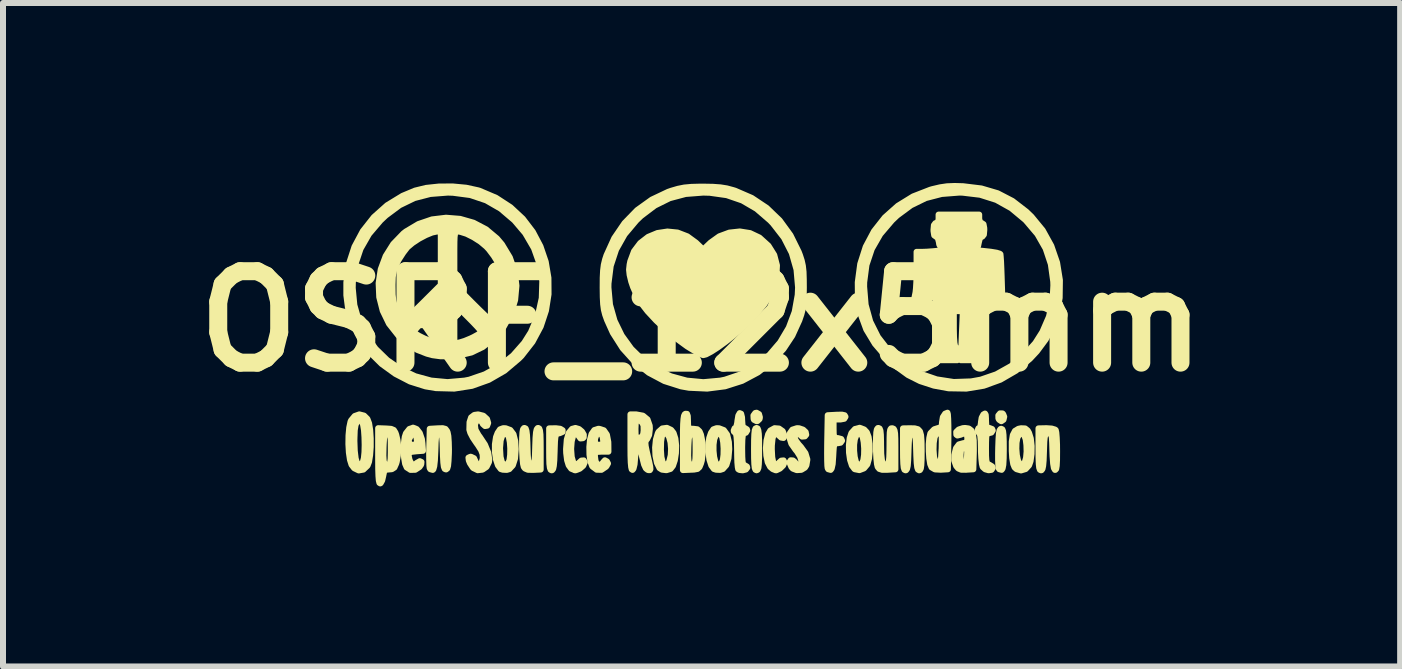
<source format=kicad_pcb>
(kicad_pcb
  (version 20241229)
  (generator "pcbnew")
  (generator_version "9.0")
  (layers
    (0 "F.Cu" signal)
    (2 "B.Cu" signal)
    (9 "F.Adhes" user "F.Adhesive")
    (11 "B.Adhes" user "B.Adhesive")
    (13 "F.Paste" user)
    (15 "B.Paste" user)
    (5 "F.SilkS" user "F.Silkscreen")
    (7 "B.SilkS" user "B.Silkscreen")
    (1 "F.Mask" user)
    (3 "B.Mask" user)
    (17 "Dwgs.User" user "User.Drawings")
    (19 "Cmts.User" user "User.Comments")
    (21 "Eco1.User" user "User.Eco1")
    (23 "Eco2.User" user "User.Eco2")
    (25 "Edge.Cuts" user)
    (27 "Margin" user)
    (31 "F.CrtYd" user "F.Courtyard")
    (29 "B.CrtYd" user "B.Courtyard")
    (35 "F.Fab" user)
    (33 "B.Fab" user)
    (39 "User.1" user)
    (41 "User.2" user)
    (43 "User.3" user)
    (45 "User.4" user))
  (footprint "OSRF_12x5mm"
    (layer "F.Cu")
    (at 8.643 2.305)
    (property "Reference" "OSRF_12x5mm" (at 0 0 0) (layer "F.SilkS") (effects (font (size 1.524 1.524) (thickness 0.3))))
    (attr through_hole)
    (fp_poly (pts (xy 0.973 1.601) (xy 0.967 1.63) (xy 0.932 1.663) (xy 0.918 1.665) (xy 0.875 1.643) (xy 0.868 1.63) (xy 0.865 1.57) (xy 0.895 1.529) (xy 0.917 1.524) (xy 0.958 1.547) (xy 0.973 1.601)) (stroke (width 0.1) (type solid)) (fill yes) (layer "F.SilkS"))
    (fp_poly (pts (xy 5.045 1.591) (xy 5.033 1.641) (xy 4.998 1.665) (xy 4.995 1.665) (xy 4.96 1.642) (xy 4.948 1.621) (xy 4.947 1.569) (xy 4.975 1.535) (xy 5.016 1.536) (xy 5.027 1.545) (xy 5.045 1.591)) (stroke (width 0.1) (type solid)) (fill yes) (layer "F.SilkS"))
    (fp_poly (pts (xy 5.038 2.128) (xy 5.036 2.285) (xy 5.03 2.392) (xy 5.018 2.454) (xy 5.002 2.476) (xy 4.963 2.466) (xy 4.952 2.449) (xy 4.947 2.406) (xy 4.943 2.32) (xy 4.943 2.204) (xy 4.945 2.101) (xy 4.95 1.962) (xy 4.957 1.87) (xy 4.968 1.817) (xy 4.984 1.795) (xy 4.995 1.792) (xy 5.014 1.801) (xy 5.026 1.832) (xy 5.033 1.895) (xy 5.037 1.998) (xy 5.038 2.128)) (stroke (width 0.1) (type solid)) (fill yes) (layer "F.SilkS"))
    (fp_poly (pts (xy -2.315 1.816) (xy -2.316 1.844) (xy -2.363 1.865) (xy -2.378 1.868) (xy -2.406 1.875) (xy -2.425 1.893) (xy -2.436 1.932) (xy -2.443 2.004) (xy -2.447 2.117) (xy -2.449 2.18) (xy -2.454 2.319) (xy -2.462 2.409) (xy -2.473 2.461) (xy -2.49 2.482) (xy -2.499 2.484) (xy -2.516 2.475) (xy -2.528 2.442) (xy -2.536 2.377) (xy -2.539 2.272) (xy -2.54 2.134) (xy -2.54 1.785) (xy -2.427 1.783) (xy -2.354 1.792) (xy -2.315 1.816)) (stroke (width 0.1) (type solid)) (fill yes) (layer "F.SilkS"))
    (fp_poly (pts (xy 0.96 2.131) (xy 0.959 2.28) (xy 0.955 2.382) (xy 0.948 2.444) (xy 0.935 2.475) (xy 0.918 2.484) (xy 0.917 2.484) (xy 0.899 2.475) (xy 0.887 2.445) (xy 0.88 2.383) (xy 0.876 2.282) (xy 0.875 2.134) (xy 0.875 2.131) (xy 0.876 1.981) (xy 0.88 1.88) (xy 0.887 1.818) (xy 0.899 1.787) (xy 0.917 1.778) (xy 0.917 1.778) (xy 0.935 1.786) (xy 0.947 1.817) (xy 0.955 1.878) (xy 0.959 1.979) (xy 0.96 2.128) (xy 0.96 2.131)) (stroke (width 0.1) (type solid)) (fill yes) (layer "F.SilkS"))
    (fp_poly (pts (xy 1.383 2.352) (xy 1.36 2.404) (xy 1.307 2.455) (xy 1.248 2.483) (xy 1.237 2.484) (xy 1.187 2.464) (xy 1.143 2.427) (xy 1.103 2.35) (xy 1.08 2.239) (xy 1.073 2.112) (xy 1.083 1.987) (xy 1.11 1.882) (xy 1.146 1.821) (xy 1.217 1.782) (xy 1.292 1.788) (xy 1.353 1.831) (xy 1.382 1.904) (xy 1.383 1.917) (xy 1.366 1.945) (xy 1.326 1.938) (xy 1.282 1.898) (xy 1.24 1.864) (xy 1.207 1.883) (xy 1.184 1.952) (xy 1.172 2.068) (xy 1.171 2.131) (xy 1.178 2.266) (xy 1.196 2.355) (xy 1.225 2.396) (xy 1.263 2.385) (xy 1.282 2.364) (xy 1.328 2.323) (xy 1.367 2.319) (xy 1.383 2.352)) (stroke (width 0.1) (type solid)) (fill yes) (layer "F.SilkS"))
    (fp_poly (pts (xy 2.399 1.593) (xy 2.379 1.625) (xy 2.315 1.637) (xy 2.3 1.637) (xy 2.201 1.637) (xy 2.201 1.792) (xy 2.203 1.881) (xy 2.213 1.927) (xy 2.237 1.945) (xy 2.272 1.947) (xy 2.329 1.962) (xy 2.342 1.99) (xy 2.318 2.024) (xy 2.273 2.032) (xy 2.238 2.035) (xy 2.217 2.052) (xy 2.205 2.094) (xy 2.199 2.174) (xy 2.195 2.248) (xy 2.186 2.378) (xy 2.169 2.454) (xy 2.152 2.477) (xy 2.112 2.466) (xy 2.102 2.449) (xy 2.097 2.409) (xy 2.094 2.322) (xy 2.093 2.202) (xy 2.094 2.058) (xy 2.095 1.988) (xy 2.103 1.566) (xy 2.251 1.558) (xy 2.34 1.556) (xy 2.385 1.566) (xy 2.399 1.59) (xy 2.399 1.593)) (stroke (width 0.1) (type solid)) (fill yes) (layer "F.SilkS"))
    (fp_poly (pts (xy -1.947 2.352) (xy -1.971 2.407) (xy -2.029 2.457) (xy -2.098 2.483) (xy -2.111 2.484) (xy -2.173 2.457) (xy -2.215 2.4) (xy -2.241 2.316) (xy -2.256 2.196) (xy -2.258 2.131) (xy -2.246 1.972) (xy -2.213 1.858) (xy -2.158 1.793) (xy -2.102 1.778) (xy -2.042 1.796) (xy -1.992 1.838) (xy -1.962 1.89) (xy -1.964 1.936) (xy -1.978 1.949) (xy -2.018 1.953) (xy -2.043 1.918) (xy -2.079 1.869) (xy -2.113 1.871) (xy -2.142 1.917) (xy -2.164 2.001) (xy -2.173 2.118) (xy -2.173 2.138) (xy -2.164 2.26) (xy -2.14 2.344) (xy -2.131 2.358) (xy -2.096 2.396) (xy -2.071 2.388) (xy -2.05 2.364) (xy -2.003 2.322) (xy -1.963 2.319) (xy -1.947 2.352)) (stroke (width 0.1) (type solid)) (fill yes) (layer "F.SilkS"))
    (fp_poly (pts (xy -3.097 2.131) (xy -3.109 2.289) (xy -3.145 2.401) (xy -3.188 2.447) (xy -3.188 2.122) (xy -3.195 2.018) (xy -3.211 1.933) (xy -3.234 1.888) (xy -3.283 1.872) (xy -3.322 1.906) (xy -3.348 1.986) (xy -3.358 2.107) (xy -3.358 2.124) (xy -3.35 2.259) (xy -3.327 2.349) (xy -3.291 2.391) (xy -3.243 2.382) (xy -3.223 2.365) (xy -3.201 2.314) (xy -3.19 2.226) (xy -3.188 2.122) (xy -3.188 2.447) (xy -3.203 2.464) (xy -3.246 2.477) (xy -3.312 2.474) (xy -3.347 2.463) (xy -3.394 2.401) (xy -3.427 2.301) (xy -3.444 2.178) (xy -3.444 2.05) (xy -3.426 1.931) (xy -3.399 1.86) (xy -3.359 1.801) (xy -3.307 1.782) (xy -3.265 1.783) (xy -3.187 1.812) (xy -3.134 1.882) (xy -3.105 1.998) (xy -3.097 2.131)) (stroke (width 0.1) (type solid)) (fill yes) (layer "F.SilkS"))
    (fp_poly (pts (xy -0.423 2.072) (xy -0.427 2.198) (xy -0.445 2.316) (xy -0.476 2.409) (xy -0.508 2.45) (xy -0.508 2.125) (xy -0.517 2.02) (xy -0.54 1.932) (xy -0.574 1.876) (xy -0.603 1.863) (xy -0.639 1.876) (xy -0.661 1.92) (xy -0.674 2.005) (xy -0.677 2.137) (xy -0.677 2.142) (xy -0.669 2.262) (xy -0.648 2.348) (xy -0.618 2.396) (xy -0.583 2.399) (xy -0.547 2.353) (xy -0.536 2.326) (xy -0.513 2.232) (xy -0.508 2.125) (xy -0.508 2.45) (xy -0.517 2.461) (xy -0.586 2.482) (xy -0.66 2.473) (xy -0.701 2.447) (xy -0.743 2.361) (xy -0.768 2.241) (xy -0.774 2.105) (xy -0.761 1.974) (xy -0.729 1.866) (xy -0.716 1.841) (xy -0.654 1.786) (xy -0.578 1.776) (xy -0.506 1.81) (xy -0.466 1.861) (xy -0.436 1.955) (xy -0.423 2.072)) (stroke (width 0.1) (type solid)) (fill yes) (layer "F.SilkS"))
    (fp_poly (pts (xy 1.764 2.304) (xy 1.748 2.4) (xy 1.724 2.439) (xy 1.663 2.476) (xy 1.587 2.481) (xy 1.521 2.456) (xy 1.497 2.429) (xy 1.473 2.372) (xy 1.468 2.344) (xy 1.486 2.317) (xy 1.525 2.32) (xy 1.559 2.349) (xy 1.562 2.357) (xy 1.6 2.394) (xy 1.622 2.399) (xy 1.66 2.379) (xy 1.665 2.326) (xy 1.642 2.253) (xy 1.591 2.171) (xy 1.566 2.141) (xy 1.497 2.042) (xy 1.467 1.946) (xy 1.473 1.864) (xy 1.514 1.806) (xy 1.589 1.782) (xy 1.625 1.783) (xy 1.693 1.806) (xy 1.736 1.846) (xy 1.745 1.891) (xy 1.723 1.918) (xy 1.675 1.922) (xy 1.65 1.899) (xy 1.607 1.871) (xy 1.568 1.89) (xy 1.552 1.941) (xy 1.571 1.986) (xy 1.619 2.052) (xy 1.657 2.094) (xy 1.732 2.198) (xy 1.764 2.304)) (stroke (width 0.1) (type solid)) (fill yes) (layer "F.SilkS"))
    (fp_poly (pts (xy 0.462 2.131) (xy 0.449 2.285) (xy 0.414 2.397) (xy 0.368 2.448) (xy 0.368 2.122) (xy 0.361 2.018) (xy 0.345 1.933) (xy 0.322 1.888) (xy 0.281 1.867) (xy 0.247 1.891) (xy 0.237 1.904) (xy 0.212 1.966) (xy 0.2 2.056) (xy 0.2 2.159) (xy 0.21 2.259) (xy 0.23 2.341) (xy 0.258 2.391) (xy 0.276 2.399) (xy 0.314 2.381) (xy 0.333 2.365) (xy 0.355 2.314) (xy 0.366 2.226) (xy 0.368 2.122) (xy 0.368 2.448) (xy 0.356 2.462) (xy 0.31 2.477) (xy 0.243 2.474) (xy 0.206 2.462) (xy 0.163 2.405) (xy 0.132 2.309) (xy 0.115 2.189) (xy 0.113 2.063) (xy 0.128 1.945) (xy 0.157 1.86) (xy 0.197 1.801) (xy 0.249 1.782) (xy 0.291 1.783) (xy 0.372 1.814) (xy 0.427 1.89) (xy 0.456 2.013) (xy 0.462 2.131)) (stroke (width 0.1) (type solid)) (fill yes) (layer "F.SilkS"))
    (fp_poly (pts (xy 5.926 2.168) (xy 5.925 2.313) (xy 5.92 2.408) (xy 5.911 2.461) (xy 5.896 2.477) (xy 5.891 2.477) (xy 5.873 2.448) (xy 5.86 2.373) (xy 5.851 2.248) (xy 5.848 2.162) (xy 5.844 2.028) (xy 5.839 1.942) (xy 5.83 1.892) (xy 5.816 1.87) (xy 5.793 1.866) (xy 5.778 1.868) (xy 5.75 1.875) (xy 5.731 1.894) (xy 5.72 1.934) (xy 5.713 2.006) (xy 5.709 2.121) (xy 5.707 2.18) (xy 5.702 2.319) (xy 5.694 2.409) (xy 5.683 2.461) (xy 5.667 2.482) (xy 5.658 2.484) (xy 5.64 2.475) (xy 5.628 2.442) (xy 5.621 2.377) (xy 5.617 2.272) (xy 5.616 2.134) (xy 5.616 1.785) (xy 5.749 1.782) (xy 5.837 1.788) (xy 5.894 1.805) (xy 5.904 1.814) (xy 5.913 1.855) (xy 5.92 1.939) (xy 5.925 2.054) (xy 5.926 2.168)) (stroke (width 0.1) (type solid)) (fill yes) (layer "F.SilkS"))
    (fp_poly (pts (xy -2.681 2.471) (xy -2.807 2.477) (xy -2.894 2.475) (xy -2.943 2.454) (xy -2.963 2.428) (xy -2.975 2.378) (xy -2.984 2.287) (xy -2.99 2.168) (xy -2.992 2.076) (xy -2.99 1.94) (xy -2.985 1.851) (xy -2.976 1.801) (xy -2.96 1.78) (xy -2.95 1.778) (xy -2.931 1.788) (xy -2.918 1.826) (xy -2.909 1.898) (xy -2.903 2.015) (xy -2.901 2.081) (xy -2.897 2.216) (xy -2.891 2.303) (xy -2.881 2.354) (xy -2.866 2.378) (xy -2.844 2.385) (xy -2.836 2.385) (xy -2.811 2.381) (xy -2.794 2.362) (xy -2.784 2.32) (xy -2.777 2.243) (xy -2.773 2.122) (xy -2.772 2.081) (xy -2.767 1.943) (xy -2.759 1.852) (xy -2.748 1.801) (xy -2.732 1.78) (xy -2.722 1.778) (xy -2.705 1.787) (xy -2.693 1.82) (xy -2.685 1.885) (xy -2.682 1.99) (xy -2.681 2.125) (xy -2.681 2.471)) (stroke (width 0.1) (type solid)) (fill yes) (layer "F.SilkS"))
    (fp_poly (pts (xy 2.803 2.17) (xy 2.791 2.29) (xy 2.765 2.382) (xy 2.764 2.385) (xy 2.711 2.448) (xy 2.711 2.122) (xy 2.703 2.018) (xy 2.687 1.933) (xy 2.664 1.888) (xy 2.624 1.867) (xy 2.59 1.891) (xy 2.579 1.904) (xy 2.555 1.966) (xy 2.543 2.056) (xy 2.543 2.159) (xy 2.553 2.259) (xy 2.573 2.341) (xy 2.6 2.391) (xy 2.618 2.399) (xy 2.656 2.381) (xy 2.675 2.365) (xy 2.697 2.314) (xy 2.709 2.226) (xy 2.711 2.122) (xy 2.711 2.448) (xy 2.707 2.452) (xy 2.631 2.481) (xy 2.555 2.466) (xy 2.549 2.462) (xy 2.506 2.405) (xy 2.475 2.309) (xy 2.458 2.19) (xy 2.456 2.064) (xy 2.47 1.947) (xy 2.498 1.861) (xy 2.558 1.795) (xy 2.635 1.775) (xy 2.711 1.803) (xy 2.755 1.85) (xy 2.785 1.929) (xy 2.801 2.042) (xy 2.803 2.17)) (stroke (width 0.1) (type solid)) (fill yes) (layer "F.SilkS"))
    (fp_poly (pts (xy 3.231 2.467) (xy 3.099 2.475) (xy 3.012 2.476) (xy 2.963 2.461) (xy 2.936 2.429) (xy 2.924 2.379) (xy 2.914 2.287) (xy 2.908 2.168) (xy 2.907 2.076) (xy 2.908 1.94) (xy 2.913 1.852) (xy 2.922 1.802) (xy 2.938 1.78) (xy 2.949 1.778) (xy 2.969 1.788) (xy 2.982 1.822) (xy 2.989 1.892) (xy 2.992 2.005) (xy 2.992 2.053) (xy 2.995 2.208) (xy 3.006 2.312) (xy 3.025 2.372) (xy 3.055 2.395) (xy 3.087 2.39) (xy 3.108 2.373) (xy 3.122 2.335) (xy 3.129 2.265) (xy 3.132 2.155) (xy 3.133 2.073) (xy 3.134 1.94) (xy 3.137 1.854) (xy 3.145 1.805) (xy 3.159 1.785) (xy 3.18 1.783) (xy 3.182 1.783) (xy 3.203 1.793) (xy 3.217 1.819) (xy 3.226 1.871) (xy 3.23 1.958) (xy 3.231 2.089) (xy 3.231 2.13) (xy 3.231 2.467)) (stroke (width 0.1) (type solid)) (fill yes) (layer "F.SilkS"))
    (fp_poly (pts (xy 3.669 2.162) (xy 3.668 2.305) (xy 3.663 2.399) (xy 3.655 2.454) (xy 3.641 2.479) (xy 3.628 2.484) (xy 3.608 2.473) (xy 3.595 2.436) (xy 3.586 2.363) (xy 3.58 2.247) (xy 3.578 2.18) (xy 3.574 2.046) (xy 3.568 1.958) (xy 3.559 1.908) (xy 3.544 1.884) (xy 3.521 1.877) (xy 3.514 1.877) (xy 3.489 1.881) (xy 3.472 1.899) (xy 3.461 1.942) (xy 3.455 2.019) (xy 3.45 2.14) (xy 3.449 2.18) (xy 3.444 2.319) (xy 3.437 2.409) (xy 3.425 2.461) (xy 3.409 2.482) (xy 3.4 2.484) (xy 3.382 2.475) (xy 3.37 2.442) (xy 3.363 2.377) (xy 3.359 2.272) (xy 3.358 2.134) (xy 3.358 1.785) (xy 3.478 1.783) (xy 3.554 1.785) (xy 3.607 1.799) (xy 3.641 1.834) (xy 3.659 1.899) (xy 3.667 2.002) (xy 3.669 2.152) (xy 3.669 2.162)) (stroke (width 0.1) (type solid)) (fill yes) (layer "F.SilkS"))
    (fp_poly (pts (xy 5.502 2.078) (xy 5.5 2.211) (xy 5.484 2.331) (xy 5.46 2.4) (xy 5.418 2.446) (xy 5.418 2.173) (xy 5.415 2.064) (xy 5.403 1.968) (xy 5.38 1.905) (xy 5.379 1.904) (xy 5.343 1.868) (xy 5.307 1.879) (xy 5.295 1.888) (xy 5.265 1.94) (xy 5.25 2.024) (xy 5.247 2.124) (xy 5.255 2.227) (xy 5.274 2.317) (xy 5.303 2.379) (xy 5.334 2.399) (xy 5.367 2.377) (xy 5.389 2.344) (xy 5.409 2.274) (xy 5.418 2.173) (xy 5.418 2.446) (xy 5.402 2.463) (xy 5.325 2.486) (xy 5.25 2.465) (xy 5.218 2.437) (xy 5.195 2.38) (xy 5.178 2.277) (xy 5.171 2.162) (xy 5.171 2.005) (xy 5.188 1.896) (xy 5.224 1.827) (xy 5.282 1.792) (xy 5.326 1.783) (xy 5.394 1.786) (xy 5.437 1.821) (xy 5.459 1.86) (xy 5.488 1.953) (xy 5.502 2.078)) (stroke (width 0.1) (type solid)) (fill yes) (layer "F.SilkS"))
    (fp_poly (pts (xy -4.21 2.136) (xy -4.211 2.199) (xy -4.217 2.328) (xy -4.225 2.41) (xy -4.238 2.454) (xy -4.257 2.469) (xy -4.262 2.469) (xy -4.281 2.46) (xy -4.295 2.425) (xy -4.304 2.355) (xy -4.31 2.243) (xy -4.312 2.166) (xy -4.316 2.032) (xy -4.322 1.944) (xy -4.332 1.893) (xy -4.347 1.869) (xy -4.369 1.863) (xy -4.374 1.863) (xy -4.399 1.867) (xy -4.415 1.887) (xy -4.425 1.932) (xy -4.432 2.013) (xy -4.436 2.138) (xy -4.437 2.164) (xy -4.444 2.316) (xy -4.455 2.416) (xy -4.47 2.468) (xy -4.48 2.477) (xy -4.52 2.466) (xy -4.531 2.449) (xy -4.536 2.406) (xy -4.539 2.32) (xy -4.54 2.204) (xy -4.538 2.101) (xy -4.53 1.792) (xy -4.395 1.784) (xy -4.313 1.782) (xy -4.268 1.794) (xy -4.242 1.828) (xy -4.232 1.852) (xy -4.22 1.913) (xy -4.213 2.014) (xy -4.21 2.136)) (stroke (width 0.1) (type solid)) (fill yes) (layer "F.SilkS"))
    (fp_poly (pts (xy 0.762 2.441) (xy 0.739 2.471) (xy 0.687 2.484) (xy 0.632 2.478) (xy 0.611 2.465) (xy 0.604 2.43) (xy 0.597 2.352) (xy 0.594 2.243) (xy 0.593 2.154) (xy 0.59 2.02) (xy 0.583 1.923) (xy 0.572 1.87) (xy 0.564 1.863) (xy 0.539 1.84) (xy 0.536 1.82) (xy 0.551 1.783) (xy 0.563 1.778) (xy 0.581 1.753) (xy 0.595 1.69) (xy 0.598 1.66) (xy 0.613 1.571) (xy 0.636 1.531) (xy 0.66 1.541) (xy 0.675 1.601) (xy 0.677 1.649) (xy 0.683 1.733) (xy 0.701 1.772) (xy 0.72 1.778) (xy 0.757 1.801) (xy 0.762 1.82) (xy 0.739 1.858) (xy 0.72 1.863) (xy 0.699 1.872) (xy 0.687 1.907) (xy 0.68 1.977) (xy 0.677 2.092) (xy 0.677 2.131) (xy 0.679 2.259) (xy 0.684 2.339) (xy 0.695 2.383) (xy 0.714 2.398) (xy 0.72 2.399) (xy 0.757 2.421) (xy 0.762 2.441)) (stroke (width 0.1) (type solid)) (fill yes) (layer "F.SilkS"))
    (fp_poly (pts (xy 4.115 1.877) (xy 4.114 1.995) (xy 4.106 2.467) (xy 4.004 2.473) (xy 4.004 1.999) (xy 4.003 1.923) (xy 3.994 1.882) (xy 3.977 1.865) (xy 3.955 1.863) (xy 3.912 1.879) (xy 3.885 1.932) (xy 3.87 2.028) (xy 3.867 2.14) (xy 3.875 2.258) (xy 3.898 2.344) (xy 3.932 2.389) (xy 3.96 2.391) (xy 3.979 2.357) (xy 3.993 2.269) (xy 4.001 2.131) (xy 4.002 2.121) (xy 4.004 1.999) (xy 4.004 2.473) (xy 3.989 2.474) (xy 3.891 2.469) (xy 3.834 2.436) (xy 3.811 2.38) (xy 3.796 2.285) (xy 3.788 2.169) (xy 3.787 2.049) (xy 3.796 1.944) (xy 3.813 1.87) (xy 3.817 1.863) (xy 3.878 1.8) (xy 3.931 1.783) (xy 3.984 1.768) (xy 4.005 1.729) (xy 4.008 1.683) (xy 4.022 1.597) (xy 4.06 1.54) (xy 4.099 1.524) (xy 4.106 1.551) (xy 4.111 1.625) (xy 4.114 1.736) (xy 4.115 1.877)) (stroke (width 0.1) (type solid)) (fill yes) (layer "F.SilkS"))
    (fp_poly (pts (xy -5.514 1.951) (xy -5.514 2.096) (xy -5.524 2.231) (xy -5.542 2.342) (xy -5.567 2.407) (xy -5.615 2.452) (xy -5.615 2.061) (xy -5.618 1.933) (xy -5.626 1.816) (xy -5.641 1.725) (xy -5.659 1.678) (xy -5.692 1.64) (xy -5.718 1.647) (xy -5.743 1.678) (xy -5.766 1.728) (xy -5.78 1.814) (xy -5.785 1.945) (xy -5.786 1.993) (xy -5.78 2.159) (xy -5.765 2.285) (xy -5.741 2.366) (xy -5.709 2.401) (xy -5.672 2.384) (xy -5.645 2.344) (xy -5.628 2.282) (xy -5.618 2.182) (xy -5.615 2.061) (xy -5.615 2.452) (xy -5.636 2.472) (xy -5.714 2.486) (xy -5.789 2.45) (xy -5.834 2.392) (xy -5.86 2.309) (xy -5.878 2.188) (xy -5.886 2.047) (xy -5.884 1.902) (xy -5.872 1.772) (xy -5.851 1.673) (xy -5.841 1.651) (xy -5.781 1.579) (xy -5.704 1.552) (xy -5.625 1.572) (xy -5.569 1.627) (xy -5.541 1.701) (xy -5.523 1.814) (xy -5.514 1.951)) (stroke (width 0.1) (type solid)) (fill yes) (layer "F.SilkS"))
    (fp_poly (pts (xy -4.643 2.159) (xy -4.742 2.166) (xy -4.742 1.997) (xy -4.754 1.926) (xy -4.771 1.891) (xy -4.797 1.866) (xy -4.825 1.884) (xy -4.841 1.903) (xy -4.88 1.977) (xy -4.875 2.032) (xy -4.829 2.059) (xy -4.812 2.06) (xy -4.758 2.048) (xy -4.742 2.003) (xy -4.742 1.997) (xy -4.742 2.166) (xy -4.763 2.168) (xy -4.839 2.177) (xy -4.874 2.198) (xy -4.882 2.238) (xy -4.882 2.24) (xy -4.866 2.314) (xy -4.843 2.358) (xy -4.81 2.395) (xy -4.781 2.39) (xy -4.747 2.361) (xy -4.696 2.332) (xy -4.668 2.345) (xy -4.672 2.387) (xy -4.701 2.429) (xy -4.772 2.475) (xy -4.851 2.477) (xy -4.914 2.437) (xy -4.941 2.375) (xy -4.958 2.275) (xy -4.965 2.155) (xy -4.961 2.033) (xy -4.947 1.928) (xy -4.927 1.867) (xy -4.87 1.795) (xy -4.808 1.773) (xy -4.747 1.797) (xy -4.696 1.862) (xy -4.661 1.964) (xy -4.652 2.032) (xy -4.643 2.159)) (stroke (width 0.1) (type solid)) (fill yes) (layer "F.SilkS"))
    (fp_poly (pts (xy -3.538 2.307) (xy -3.543 2.347) (xy -3.583 2.427) (xy -3.651 2.473) (xy -3.731 2.482) (xy -3.804 2.447) (xy -3.816 2.434) (xy -3.861 2.365) (xy -3.879 2.321) (xy -3.885 2.273) (xy -3.853 2.258) (xy -3.843 2.258) (xy -3.791 2.283) (xy -3.77 2.33) (xy -3.741 2.387) (xy -3.702 2.396) (xy -3.667 2.361) (xy -3.647 2.288) (xy -3.646 2.283) (xy -3.649 2.216) (xy -3.674 2.148) (xy -3.728 2.063) (xy -3.752 2.03) (xy -3.812 1.941) (xy -3.854 1.86) (xy -3.87 1.807) (xy -3.867 1.681) (xy -3.841 1.602) (xy -3.788 1.561) (xy -3.724 1.552) (xy -3.636 1.574) (xy -3.575 1.63) (xy -3.556 1.695) (xy -3.573 1.74) (xy -3.609 1.746) (xy -3.646 1.713) (xy -3.655 1.692) (xy -3.687 1.647) (xy -3.729 1.647) (xy -3.765 1.687) (xy -3.777 1.732) (xy -3.767 1.808) (xy -3.718 1.896) (xy -3.695 1.927) (xy -3.609 2.057) (xy -3.555 2.189) (xy -3.538 2.307)) (stroke (width 0.1) (type solid)) (fill yes) (layer "F.SilkS"))
    (fp_poly (pts (xy -1.552 2.173) (xy -1.637 2.173) (xy -1.637 2.006) (xy -1.649 1.922) (xy -1.682 1.871) (xy -1.707 1.863) (xy -1.749 1.888) (xy -1.774 1.955) (xy -1.778 2.006) (xy -1.76 2.049) (xy -1.707 2.06) (xy -1.652 2.047) (xy -1.637 2.006) (xy -1.637 2.173) (xy -1.665 2.173) (xy -1.738 2.177) (xy -1.77 2.195) (xy -1.778 2.237) (xy -1.778 2.241) (xy -1.766 2.332) (xy -1.735 2.387) (xy -1.693 2.399) (xy -1.649 2.364) (xy -1.64 2.349) (xy -1.611 2.317) (xy -1.577 2.335) (xy -1.559 2.37) (xy -1.583 2.414) (xy -1.594 2.426) (xy -1.669 2.476) (xy -1.748 2.474) (xy -1.817 2.422) (xy -1.824 2.412) (xy -1.853 2.334) (xy -1.868 2.222) (xy -1.87 2.095) (xy -1.859 1.975) (xy -1.834 1.881) (xy -1.831 1.875) (xy -1.787 1.813) (xy -1.725 1.793) (xy -1.708 1.792) (xy -1.628 1.817) (xy -1.577 1.89) (xy -1.554 2.011) (xy -1.553 2.053) (xy -1.552 2.173)) (stroke (width 0.1) (type solid)) (fill yes) (layer "F.SilkS"))
    (fp_poly (pts (xy 4.539 2.131) (xy 4.538 2.197) (xy 4.53 2.467) (xy 4.428 2.473) (xy 4.428 2.169) (xy 4.418 2.13) (xy 4.39 2.117) (xy 4.376 2.117) (xy 4.341 2.124) (xy 4.324 2.153) (xy 4.318 2.22) (xy 4.318 2.26) (xy 4.321 2.345) (xy 4.333 2.386) (xy 4.358 2.395) (xy 4.367 2.394) (xy 4.401 2.372) (xy 4.419 2.313) (xy 4.425 2.25) (xy 4.428 2.169) (xy 4.428 2.473) (xy 4.41 2.475) (xy 4.328 2.474) (xy 4.278 2.453) (xy 4.244 2.412) (xy 4.211 2.32) (xy 4.213 2.228) (xy 4.241 2.116) (xy 4.289 2.052) (xy 4.362 2.032) (xy 4.364 2.032) (xy 4.412 2.022) (xy 4.429 1.981) (xy 4.431 1.947) (xy 4.421 1.883) (xy 4.385 1.865) (xy 4.318 1.891) (xy 4.265 1.904) (xy 4.247 1.89) (xy 4.245 1.844) (xy 4.286 1.804) (xy 4.356 1.781) (xy 4.393 1.778) (xy 4.455 1.787) (xy 4.498 1.82) (xy 4.524 1.883) (xy 4.537 1.984) (xy 4.539 2.131)) (stroke (width 0.1) (type solid)) (fill yes) (layer "F.SilkS"))
    (fp_poly (pts (xy 4.854 2.445) (xy 4.833 2.476) (xy 4.784 2.483) (xy 4.728 2.467) (xy 4.687 2.43) (xy 4.686 2.429) (xy 4.673 2.377) (xy 4.663 2.285) (xy 4.657 2.17) (xy 4.657 2.119) (xy 4.654 1.996) (xy 4.646 1.909) (xy 4.633 1.866) (xy 4.628 1.863) (xy 4.603 1.84) (xy 4.6 1.82) (xy 4.615 1.783) (xy 4.628 1.778) (xy 4.647 1.753) (xy 4.657 1.693) (xy 4.657 1.683) (xy 4.669 1.607) (xy 4.697 1.554) (xy 4.699 1.552) (xy 4.725 1.538) (xy 4.737 1.558) (xy 4.741 1.622) (xy 4.741 1.648) (xy 4.745 1.728) (xy 4.759 1.767) (xy 4.791 1.778) (xy 4.798 1.778) (xy 4.844 1.796) (xy 4.854 1.82) (xy 4.831 1.855) (xy 4.798 1.863) (xy 4.771 1.867) (xy 4.754 1.887) (xy 4.745 1.933) (xy 4.742 2.015) (xy 4.741 2.119) (xy 4.742 2.242) (xy 4.747 2.319) (xy 4.758 2.362) (xy 4.778 2.383) (xy 4.798 2.391) (xy 4.844 2.419) (xy 4.854 2.445)) (stroke (width 0.1) (type solid)) (fill yes) (layer "F.SilkS"))
    (fp_poly (pts (xy 0.023 2.176) (xy 0.005 2.321) (xy -0.009 2.371) (xy -0.034 2.431) (xy -0.067 2.461) (xy -0.099 2.467) (xy -0.099 2.13) (xy -0.1 2.01) (xy -0.104 1.935) (xy -0.114 1.895) (xy -0.133 1.879) (xy -0.155 1.877) (xy -0.184 1.882) (xy -0.201 1.905) (xy -0.212 1.958) (xy -0.218 2.052) (xy -0.22 2.1) (xy -0.223 2.237) (xy -0.218 2.327) (xy -0.202 2.376) (xy -0.175 2.395) (xy -0.148 2.394) (xy -0.124 2.382) (xy -0.11 2.351) (xy -0.102 2.29) (xy -0.099 2.188) (xy -0.099 2.13) (xy -0.099 2.467) (xy -0.127 2.472) (xy -0.176 2.474) (xy -0.31 2.48) (xy -0.31 2.019) (xy -0.31 1.843) (xy -0.307 1.716) (xy -0.301 1.63) (xy -0.293 1.578) (xy -0.28 1.55) (xy -0.268 1.542) (xy -0.242 1.543) (xy -0.229 1.579) (xy -0.226 1.659) (xy -0.224 1.74) (xy -0.211 1.779) (xy -0.177 1.791) (xy -0.134 1.792) (xy -0.07 1.8) (xy -0.033 1.834) (xy -0.009 1.891) (xy 0.018 2.023) (xy 0.023 2.176)) (stroke (width 0.1) (type solid)) (fill yes) (layer "F.SilkS"))
    (fp_poly (pts (xy 1.257 -0.932) (xy 1.248 -0.746) (xy 1.246 -0.734) (xy 1.203 -0.575) (xy 1.139 -0.43) (xy 1.047 -0.286) (xy 0.92 -0.132) (xy 0.792 0.002) (xy 0.67 0.118) (xy 0.537 0.233) (xy 0.402 0.341) (xy 0.274 0.434) (xy 0.162 0.506) (xy 0.075 0.552) (xy 0.028 0.564) (xy -0.014 0.55) (xy -0.09 0.51) (xy -0.186 0.452) (xy -0.241 0.418) (xy -0.412 0.293) (xy -0.589 0.146) (xy -0.756 -0.012) (xy -0.901 -0.168) (xy -1.011 -0.31) (xy -1.013 -0.312) (xy -1.08 -0.432) (xy -1.141 -0.57) (xy -1.172 -0.661) (xy -1.199 -0.774) (xy -1.208 -0.86) (xy -1.199 -0.945) (xy -1.188 -0.999) (xy -1.125 -1.168) (xy -1.022 -1.304) (xy -0.889 -1.407) (xy -0.735 -1.471) (xy -0.569 -1.496) (xy -0.4 -1.479) (xy -0.237 -1.416) (xy -0.093 -1.311) (xy 0.028 -1.195) (xy 0.151 -1.312) (xy 0.296 -1.416) (xy 0.463 -1.478) (xy 0.638 -1.497) (xy 0.808 -1.47) (xy 0.962 -1.397) (xy 0.967 -1.394) (xy 1.115 -1.26) (xy 1.212 -1.105) (xy 1.257 -0.932)) (stroke (width 0.1) (type solid)) (fill yes) (layer "F.SilkS"))
    (fp_poly (pts (xy -5.055 2.131) (xy -5.062 2.238) (xy -5.08 2.34) (xy -5.089 2.371) (xy -5.119 2.438) (xy -5.161 2.465) (xy -5.179 2.467) (xy -5.179 2.13) (xy -5.18 2.01) (xy -5.184 1.935) (xy -5.194 1.895) (xy -5.213 1.879) (xy -5.235 1.877) (xy -5.264 1.882) (xy -5.281 1.905) (xy -5.292 1.958) (xy -5.298 2.052) (xy -5.3 2.1) (xy -5.303 2.237) (xy -5.298 2.327) (xy -5.282 2.376) (xy -5.255 2.395) (xy -5.228 2.394) (xy -5.204 2.382) (xy -5.19 2.351) (xy -5.182 2.29) (xy -5.179 2.188) (xy -5.179 2.13) (xy -5.179 2.467) (xy -5.207 2.469) (xy -5.263 2.475) (xy -5.29 2.503) (xy -5.304 2.569) (xy -5.306 2.58) (xy -5.323 2.653) (xy -5.348 2.698) (xy -5.355 2.702) (xy -5.369 2.694) (xy -5.379 2.655) (xy -5.385 2.58) (xy -5.389 2.461) (xy -5.39 2.294) (xy -5.39 2.248) (xy -5.39 1.782) (xy -5.256 1.787) (xy -5.174 1.793) (xy -5.129 1.812) (xy -5.102 1.855) (xy -5.089 1.891) (xy -5.068 1.981) (xy -5.056 2.091) (xy -5.055 2.131)) (stroke (width 0.1) (type solid)) (fill yes) (layer "F.SilkS"))
    (fp_poly (pts (xy -0.852 2.465) (xy -0.861 2.481) (xy -0.882 2.481) (xy -0.896 2.478) (xy -0.928 2.453) (xy -0.958 2.388) (xy -0.965 2.361) (xy -0.965 1.821) (xy -0.967 1.733) (xy -0.996 1.681) (xy -1.005 1.673) (xy -1.055 1.644) (xy -1.084 1.65) (xy -1.097 1.699) (xy -1.101 1.794) (xy -1.099 1.883) (xy -1.09 1.929) (xy -1.068 1.944) (xy -1.037 1.942) (xy -0.994 1.925) (xy -0.972 1.88) (xy -0.965 1.821) (xy -0.965 2.361) (xy -0.987 2.274) (xy -1.019 2.151) (xy -1.048 2.083) (xy -1.073 2.071) (xy -1.092 2.115) (xy -1.104 2.214) (xy -1.106 2.261) (xy -1.116 2.383) (xy -1.134 2.457) (xy -1.15 2.477) (xy -1.164 2.468) (xy -1.173 2.43) (xy -1.18 2.354) (xy -1.184 2.236) (xy -1.185 2.069) (xy -1.185 2.02) (xy -1.185 1.552) (xy -1.09 1.552) (xy -0.976 1.573) (xy -0.9 1.636) (xy -0.864 1.739) (xy -0.861 1.789) (xy -0.873 1.894) (xy -0.905 1.961) (xy -0.906 1.962) (xy -0.928 1.99) (xy -0.936 2.025) (xy -0.931 2.081) (xy -0.912 2.173) (xy -0.9 2.224) (xy -0.871 2.347) (xy -0.855 2.423) (xy -0.852 2.465)) (stroke (width 0.1) (type solid)) (fill yes) (layer "F.SilkS"))
    (fp_poly (pts (xy -2.55 -0.451) (xy -2.593 -0.178) (xy -2.654 0.007) (xy -2.654 -0.671) (xy -2.698 -0.95) (xy -2.793 -1.218) (xy -2.94 -1.47) (xy -3.119 -1.681) (xy -3.346 -1.875) (xy -3.589 -2.015) (xy -3.853 -2.104) (xy -4.142 -2.142) (xy -4.229 -2.145) (xy -4.522 -2.122) (xy -4.788 -2.053) (xy -5.033 -1.934) (xy -5.264 -1.762) (xy -5.351 -1.68) (xy -5.543 -1.454) (xy -5.683 -1.209) (xy -5.773 -0.941) (xy -5.812 -0.648) (xy -5.814 -0.555) (xy -5.787 -0.271) (xy -5.711 -0.004) (xy -5.591 0.24) (xy -5.432 0.459) (xy -5.239 0.647) (xy -5.017 0.8) (xy -4.772 0.916) (xy -4.509 0.988) (xy -4.234 1.014) (xy -3.95 0.989) (xy -3.869 0.973) (xy -3.608 0.883) (xy -3.361 0.746) (xy -3.141 0.569) (xy -2.956 0.359) (xy -2.844 0.181) (xy -2.726 -0.1) (xy -2.663 -0.386) (xy -2.654 -0.671) (xy -2.654 0.007) (xy -2.681 0.088) (xy -2.817 0.342) (xy -3.001 0.578) (xy -3.046 0.623) (xy -3.285 0.825) (xy -3.547 0.976) (xy -3.827 1.076) (xy -4.122 1.122) (xy -4.427 1.114) (xy -4.6 1.085) (xy -4.857 1.004) (xy -5.104 0.876) (xy -5.332 0.711) (xy -5.529 0.516) (xy -5.686 0.299) (xy -5.742 0.194) (xy -5.836 -0.028) (xy -5.894 -0.231) (xy -5.92 -0.434) (xy -5.92 -0.649) (xy -5.878 -0.955) (xy -5.785 -1.242) (xy -5.645 -1.504) (xy -5.462 -1.736) (xy -5.24 -1.934) (xy -4.983 -2.091) (xy -4.775 -2.178) (xy -4.591 -2.223) (xy -4.375 -2.246) (xy -4.146 -2.247) (xy -3.923 -2.226) (xy -3.726 -2.183) (xy -3.702 -2.176) (xy -3.425 -2.058) (xy -3.184 -1.901) (xy -2.979 -1.71) (xy -2.812 -1.491) (xy -2.685 -1.25) (xy -2.597 -0.992) (xy -2.552 -0.724) (xy -2.55 -0.451)) (stroke (width 0.1) (type solid)) (fill yes) (layer "F.SilkS"))
    (fp_poly (pts (xy 5.973 -0.686) (xy 5.969 -0.39) (xy 5.927 -0.158) (xy 5.864 0.036) (xy 5.864 -0.599) (xy 5.862 -0.663) (xy 5.822 -0.952) (xy 5.735 -1.213) (xy 5.598 -1.453) (xy 5.408 -1.677) (xy 5.392 -1.693) (xy 5.163 -1.884) (xy 4.914 -2.023) (xy 4.643 -2.109) (xy 4.349 -2.144) (xy 4.294 -2.145) (xy 4.001 -2.122) (xy 3.735 -2.053) (xy 3.49 -1.933) (xy 3.259 -1.762) (xy 3.173 -1.68) (xy 2.979 -1.452) (xy 2.838 -1.206) (xy 2.749 -0.94) (xy 2.711 -0.65) (xy 2.71 -0.577) (xy 2.735 -0.275) (xy 2.812 0.005) (xy 2.94 0.261) (xy 3.12 0.494) (xy 3.161 0.537) (xy 3.391 0.729) (xy 3.645 0.874) (xy 3.918 0.968) (xy 4.203 1.012) (xy 4.493 1.002) (xy 4.654 0.973) (xy 4.913 0.884) (xy 5.158 0.747) (xy 5.378 0.57) (xy 5.564 0.362) (xy 5.681 0.177) (xy 5.79 -0.075) (xy 5.85 -0.329) (xy 5.864 -0.599) (xy 5.864 0.036) (xy 5.848 0.086) (xy 5.738 0.301) (xy 5.589 0.502) (xy 5.476 0.623) (xy 5.241 0.823) (xy 4.982 0.973) (xy 4.704 1.074) (xy 4.414 1.122) (xy 4.117 1.117) (xy 3.872 1.072) (xy 3.643 0.997) (xy 3.442 0.896) (xy 3.253 0.758) (xy 3.09 0.608) (xy 2.891 0.377) (xy 2.746 0.137) (xy 2.652 -0.119) (xy 2.606 -0.397) (xy 2.604 -0.649) (xy 2.645 -0.955) (xy 2.736 -1.241) (xy 2.874 -1.501) (xy 3.054 -1.73) (xy 3.273 -1.925) (xy 3.526 -2.081) (xy 3.811 -2.192) (xy 3.845 -2.202) (xy 3.977 -2.233) (xy 4.092 -2.25) (xy 4.217 -2.255) (xy 4.36 -2.251) (xy 4.663 -2.214) (xy 4.935 -2.134) (xy 5.182 -2.006) (xy 5.414 -1.827) (xy 5.499 -1.745) (xy 5.687 -1.516) (xy 5.83 -1.257) (xy 5.926 -0.978) (xy 5.973 -0.686)) (stroke (width 0.1) (type solid)) (fill yes) (layer "F.SilkS"))
    (fp_poly (pts (xy 1.705 -0.564) (xy 1.703 -0.407) (xy 1.697 -0.29) (xy 1.685 -0.198) (xy 1.664 -0.116) (xy 1.633 -0.026) (xy 1.632 -0.021) (xy 1.609 0.029) (xy 1.609 -0.564) (xy 1.583 -0.862) (xy 1.504 -1.139) (xy 1.373 -1.395) (xy 1.189 -1.632) (xy 1.143 -1.68) (xy 0.918 -1.874) (xy 0.68 -2.013) (xy 0.421 -2.102) (xy 0.137 -2.142) (xy 0.028 -2.145) (xy -0.266 -2.122) (xy -0.533 -2.051) (xy -0.779 -1.929) (xy -1.008 -1.756) (xy -1.087 -1.68) (xy -1.282 -1.448) (xy -1.424 -1.196) (xy -1.514 -0.923) (xy -1.551 -0.63) (xy -1.552 -0.564) (xy -1.526 -0.277) (xy -1.45 -0.008) (xy -1.33 0.238) (xy -1.171 0.458) (xy -0.978 0.647) (xy -0.756 0.801) (xy -0.511 0.917) (xy -0.247 0.989) (xy 0.03 1.015) (xy 0.315 0.989) (xy 0.392 0.973) (xy 0.664 0.881) (xy 0.911 0.742) (xy 1.128 0.563) (xy 1.311 0.349) (xy 1.454 0.107) (xy 1.553 -0.158) (xy 1.603 -0.438) (xy 1.609 -0.564) (xy 1.609 0.029) (xy 1.514 0.238) (xy 1.367 0.46) (xy 1.181 0.663) (xy 1.181 0.663) (xy 0.941 0.852) (xy 0.676 0.993) (xy 0.391 1.084) (xy 0.094 1.122) (xy -0.21 1.108) (xy -0.339 1.085) (xy -0.619 0.996) (xy -0.879 0.858) (xy -1.112 0.675) (xy -1.314 0.451) (xy -1.479 0.192) (xy -1.575 -0.021) (xy -1.607 -0.111) (xy -1.628 -0.194) (xy -1.64 -0.285) (xy -1.646 -0.4) (xy -1.648 -0.555) (xy -1.648 -0.564) (xy -1.647 -0.726) (xy -1.641 -0.846) (xy -1.629 -0.941) (xy -1.608 -1.028) (xy -1.584 -1.101) (xy -1.455 -1.385) (xy -1.283 -1.637) (xy -1.073 -1.853) (xy -0.829 -2.028) (xy -0.557 -2.157) (xy -0.503 -2.176) (xy -0.393 -2.208) (xy -0.288 -2.229) (xy -0.17 -2.24) (xy -0.02 -2.244) (xy 0.028 -2.244) (xy 0.19 -2.241) (xy 0.315 -2.232) (xy 0.421 -2.215) (xy 0.528 -2.186) (xy 0.56 -2.176) (xy 0.837 -2.056) (xy 1.086 -1.89) (xy 1.303 -1.681) (xy 1.482 -1.435) (xy 1.62 -1.156) (xy 1.641 -1.101) (xy 1.67 -1.011) (xy 1.689 -0.924) (xy 1.7 -0.825) (xy 1.704 -0.697) (xy 1.705 -0.564)) (stroke (width 0.1) (type solid)) (fill yes) (layer "F.SilkS"))
    (fp_poly (pts (xy 5.013 -0.395) (xy 4.88 -0.395) (xy 4.748 -0.395) (xy 4.763 -0.635) (xy 4.769 -0.752) (xy 4.768 -0.824) (xy 4.759 -0.861) (xy 4.741 -0.874) (xy 4.731 -0.875) (xy 4.711 -0.868) (xy 4.698 -0.843) (xy 4.69 -0.79) (xy 4.686 -0.7) (xy 4.685 -0.564) (xy 4.685 -0.538) (xy 4.683 -0.397) (xy 4.676 -0.285) (xy 4.667 -0.21) (xy 4.657 -0.183) (xy 4.645 -0.149) (xy 4.635 -0.07) (xy 4.63 0.042) (xy 4.628 0.129) (xy 4.631 0.264) (xy 4.638 0.362) (xy 4.649 0.416) (xy 4.657 0.423) (xy 4.674 0.448) (xy 4.684 0.511) (xy 4.685 0.536) (xy 4.685 0.649) (xy 4.503 0.649) (xy 4.322 0.649) (xy 4.338 0.24) (xy 4.355 -0.169) (xy 4.28 -0.169) (xy 4.205 -0.169) (xy 4.205 0.127) (xy 4.208 0.263) (xy 4.215 0.361) (xy 4.226 0.415) (xy 4.233 0.423) (xy 4.251 0.448) (xy 4.261 0.511) (xy 4.262 0.536) (xy 4.262 0.649) (xy 4.074 0.649) (xy 3.887 0.649) (xy 3.906 0.462) (xy 3.911 0.375) (xy 3.914 0.244) (xy 3.913 0.081) (xy 3.911 -0.101) (xy 3.906 -0.29) (xy 3.906 -0.3) (xy 3.898 -0.498) (xy 3.891 -0.646) (xy 3.884 -0.751) (xy 3.875 -0.819) (xy 3.864 -0.858) (xy 3.851 -0.874) (xy 3.844 -0.875) (xy 3.824 -0.866) (xy 3.813 -0.834) (xy 3.811 -0.767) (xy 3.816 -0.655) (xy 3.817 -0.635) (xy 3.832 -0.395) (xy 3.69 -0.395) (xy 3.549 -0.395) (xy 3.567 -0.483) (xy 3.574 -0.549) (xy 3.58 -0.654) (xy 3.584 -0.782) (xy 3.584 -0.864) (xy 3.584 -1.157) (xy 3.679 -1.157) (xy 3.759 -1.16) (xy 3.867 -1.168) (xy 3.954 -1.177) (xy 4.045 -1.188) (xy 4.084 -1.198) (xy 4.075 -1.207) (xy 4.05 -1.212) (xy 3.989 -1.233) (xy 3.962 -1.279) (xy 3.956 -1.32) (xy 3.938 -1.388) (xy 3.907 -1.411) (xy 3.878 -1.432) (xy 3.867 -1.5) (xy 3.866 -1.524) (xy 3.873 -1.602) (xy 3.897 -1.635) (xy 3.909 -1.637) (xy 3.943 -1.661) (xy 3.951 -1.707) (xy 3.951 -1.778) (xy 4.29 -1.778) (xy 4.628 -1.778) (xy 4.628 -1.707) (xy 4.643 -1.651) (xy 4.671 -1.637) (xy 4.7 -1.618) (xy 4.712 -1.556) (xy 4.713 -1.524) (xy 4.706 -1.444) (xy 4.681 -1.412) (xy 4.673 -1.411) (xy 4.64 -1.385) (xy 4.623 -1.319) (xy 4.61 -1.256) (xy 4.574 -1.225) (xy 4.516 -1.212) (xy 4.485 -1.203) (xy 4.504 -1.194) (xy 4.573 -1.184) (xy 4.694 -1.173) (xy 4.821 -1.159) (xy 4.918 -1.143) (xy 4.973 -1.126) (xy 4.982 -1.118) (xy 4.986 -1.079) (xy 4.992 -0.996) (xy 4.997 -0.88) (xy 5.002 -0.744) (xy 5.002 -0.741) (xy 5.013 -0.395)) (stroke (width 0.1) (type solid)) (fill yes) (layer "F.SilkS"))
    (fp_poly (pts (xy -3.085 -0.593) (xy -3.107 -0.354) (xy -3.178 -0.123) (xy -3.299 0.094) (xy -3.317 0.115) (xy -3.317 -0.537) (xy -3.317 -0.579) (xy -3.32 -0.71) (xy -3.33 -0.805) (xy -3.351 -0.883) (xy -3.386 -0.962) (xy -3.396 -0.982) (xy -3.463 -1.09) (xy -3.545 -1.199) (xy -3.588 -1.245) (xy -3.684 -1.326) (xy -3.8 -1.4) (xy -3.918 -1.459) (xy -4.02 -1.491) (xy -4.057 -1.496) (xy -4.081 -1.494) (xy -4.098 -1.484) (xy -4.109 -1.457) (xy -4.116 -1.406) (xy -4.119 -1.321) (xy -4.12 -1.195) (xy -4.12 -1.052) (xy -4.12 -0.608) (xy -3.818 -0.304) (xy -3.711 -0.198) (xy -3.619 -0.109) (xy -3.547 -0.042) (xy -3.504 -0.005) (xy -3.495 0) (xy -3.474 -0.023) (xy -3.437 -0.084) (xy -3.396 -0.162) (xy -3.356 -0.25) (xy -3.332 -0.329) (xy -3.321 -0.418) (xy -3.317 -0.537) (xy -3.317 0.115) (xy -3.468 0.289) (xy -3.476 0.296) (xy -3.649 0.431) (xy -3.669 0.44) (xy -3.669 0.175) (xy -3.688 0.148) (xy -3.739 0.09) (xy -3.814 0.011) (xy -3.895 -0.071) (xy -4.12 -0.295) (xy -4.12 0.038) (xy -4.12 0.371) (xy -4.029 0.352) (xy -3.948 0.327) (xy -3.849 0.286) (xy -3.803 0.264) (xy -3.728 0.223) (xy -3.679 0.189) (xy -3.669 0.175) (xy -3.669 0.44) (xy -3.835 0.52) (xy -4.045 0.57) (xy -4.191 0.583) (xy -4.346 0.583) (xy -4.346 0.036) (xy -4.346 -0.295) (xy -4.346 -0.606) (xy -4.346 -1.051) (xy -4.346 -1.496) (xy -4.412 -1.496) (xy -4.491 -1.479) (xy -4.596 -1.436) (xy -4.711 -1.375) (xy -4.817 -1.305) (xy -4.898 -1.237) (xy -4.909 -1.225) (xy -4.973 -1.141) (xy -5.04 -1.037) (xy -5.072 -0.98) (xy -5.111 -0.899) (xy -5.134 -0.824) (xy -5.146 -0.736) (xy -5.15 -0.616) (xy -5.15 -0.579) (xy -5.148 -0.444) (xy -5.138 -0.345) (xy -5.116 -0.262) (xy -5.079 -0.172) (xy -5.075 -0.162) (xy -5.032 -0.078) (xy -4.996 -0.02) (xy -4.976 0) (xy -4.949 -0.019) (xy -4.891 -0.071) (xy -4.807 -0.15) (xy -4.706 -0.248) (xy -4.65 -0.303) (xy -4.346 -0.606) (xy -4.346 -0.295) (xy -4.572 -0.071) (xy -4.662 0.021) (xy -4.735 0.098) (xy -4.783 0.153) (xy -4.798 0.175) (xy -4.773 0.203) (xy -4.711 0.241) (xy -4.625 0.284) (xy -4.53 0.323) (xy -4.443 0.352) (xy -4.381 0.364) (xy -4.365 0.35) (xy -4.355 0.3) (xy -4.349 0.208) (xy -4.346 0.067) (xy -4.346 0.036) (xy -4.346 0.583) (xy -4.353 0.583) (xy -4.486 0.565) (xy -4.577 0.54) (xy -4.738 0.477) (xy -4.872 0.398) (xy -5.001 0.29) (xy -5.057 0.234) (xy -5.21 0.04) (xy -5.314 -0.175) (xy -5.372 -0.403) (xy -5.382 -0.636) (xy -5.347 -0.867) (xy -5.265 -1.087) (xy -5.139 -1.288) (xy -4.969 -1.464) (xy -4.928 -1.496) (xy -4.718 -1.621) (xy -4.492 -1.698) (xy -4.258 -1.726) (xy -4.025 -1.707) (xy -3.801 -1.643) (xy -3.593 -1.534) (xy -3.41 -1.381) (xy -3.327 -1.283) (xy -3.195 -1.064) (xy -3.114 -0.832) (xy -3.085 -0.593)) (stroke (width 0.1) (type solid)) (fill yes) (layer "F.SilkS")))
  (gr_rect
    (start -3 -3)
    (end 20.287 8.058)
    (stroke (width 0.1) (type default))
    (fill no)
    (layer "Edge.Cuts")))
</source>
